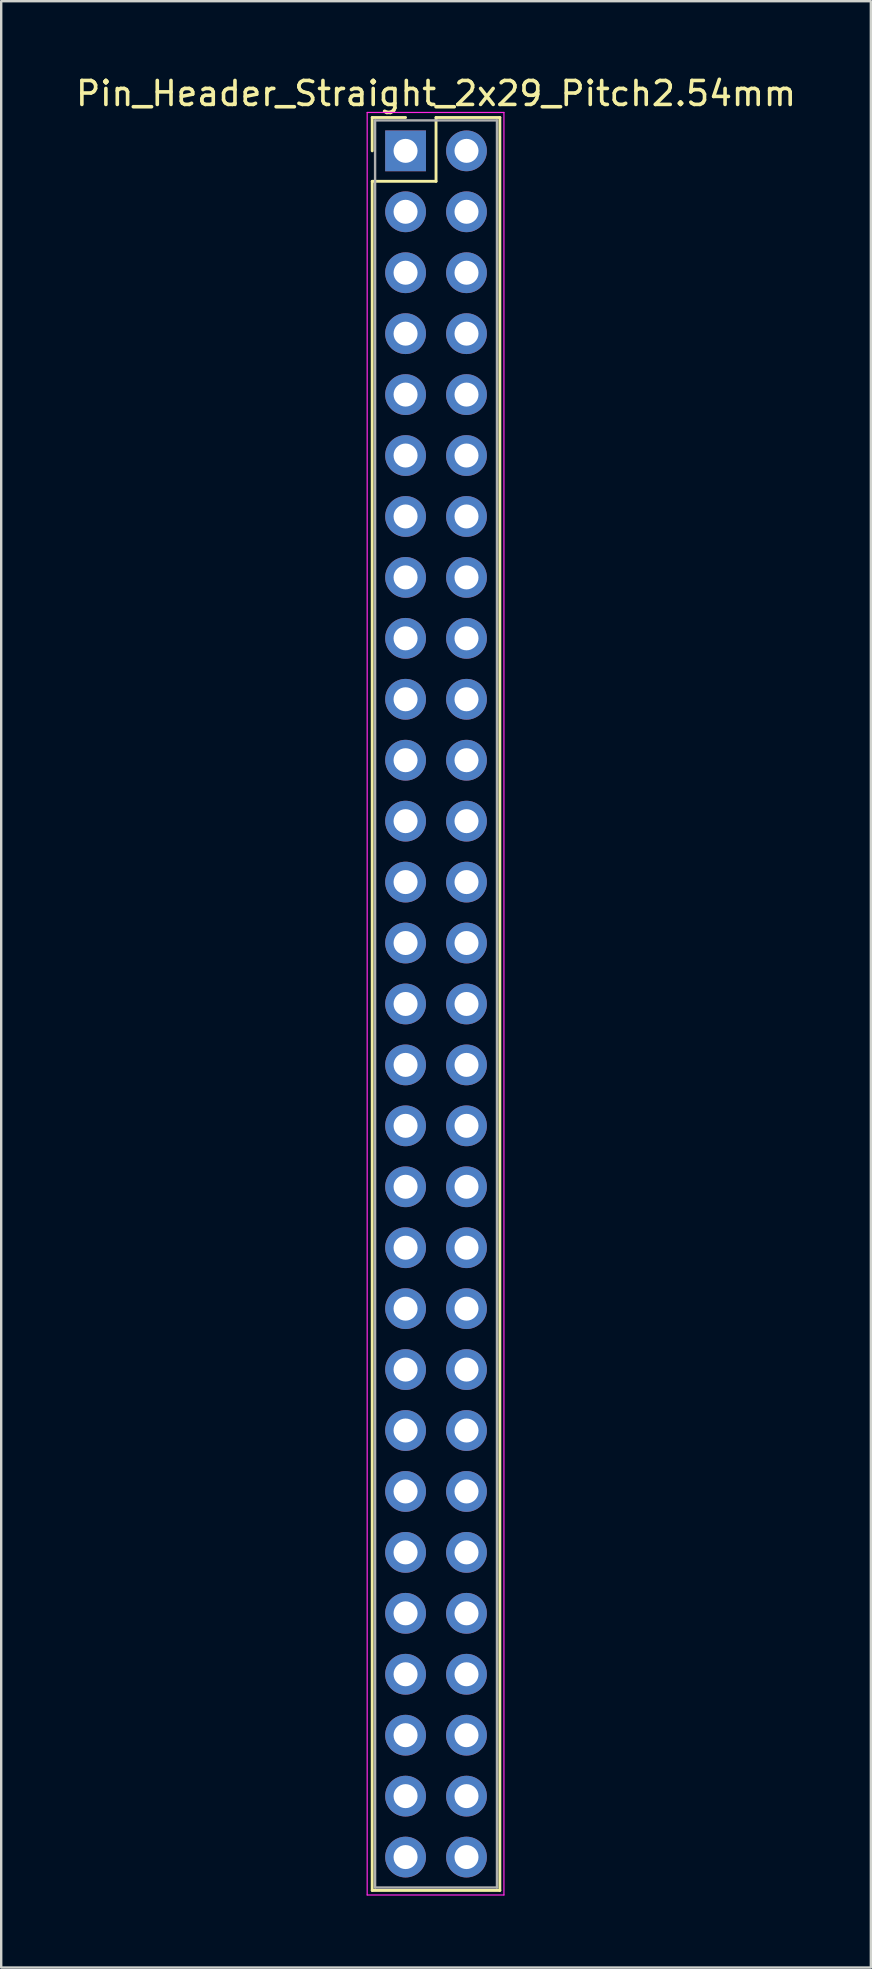
<source format=kicad_pcb>
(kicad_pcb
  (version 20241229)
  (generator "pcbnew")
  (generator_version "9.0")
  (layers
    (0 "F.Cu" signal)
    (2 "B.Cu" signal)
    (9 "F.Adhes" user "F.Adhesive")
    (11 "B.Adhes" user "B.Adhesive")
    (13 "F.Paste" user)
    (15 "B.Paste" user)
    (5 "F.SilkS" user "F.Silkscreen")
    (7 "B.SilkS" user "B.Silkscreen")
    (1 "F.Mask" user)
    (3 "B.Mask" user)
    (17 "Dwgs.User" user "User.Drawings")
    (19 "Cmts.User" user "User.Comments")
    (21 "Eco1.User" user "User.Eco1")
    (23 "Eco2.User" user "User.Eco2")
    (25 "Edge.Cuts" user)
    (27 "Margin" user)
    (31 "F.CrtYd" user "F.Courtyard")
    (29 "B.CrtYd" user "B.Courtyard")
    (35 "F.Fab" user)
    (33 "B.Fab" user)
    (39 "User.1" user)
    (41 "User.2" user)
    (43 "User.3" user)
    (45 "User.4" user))
  (footprint "Pin_Header_Straight_2x29_Pitch2.54mm"
    (layer "F.Cu")
    (at 13.855 3.238)
    (property "Reference" "Pin_Header_Straight_2x29_Pitch2.54mm" (at 1.27 -2.39 0) (layer "F.SilkS") (effects (font (size 1 1) (thickness 0.15))))
    (attr through_hole)
    (fp_line (start -1.39 -1.39) (end 0 -1.39) (stroke (width 0.12) (type solid)) (layer "F.SilkS"))
    (fp_line (start -1.39 0) (end -1.39 -1.39) (stroke (width 0.12) (type solid)) (layer "F.SilkS"))
    (fp_line (start -1.39 1.27) (end -1.39 72.51) (stroke (width 0.12) (type solid)) (layer "F.SilkS"))
    (fp_line (start -1.39 72.51) (end 3.93 72.51) (stroke (width 0.12) (type solid)) (layer "F.SilkS"))
    (fp_line (start 1.27 -1.39) (end 1.27 1.27) (stroke (width 0.12) (type solid)) (layer "F.SilkS"))
    (fp_line (start 1.27 1.27) (end -1.39 1.27) (stroke (width 0.12) (type solid)) (layer "F.SilkS"))
    (fp_line (start 3.93 -1.39) (end 1.27 -1.39) (stroke (width 0.12) (type solid)) (layer "F.SilkS"))
    (fp_line (start 3.93 72.51) (end 3.93 -1.39) (stroke (width 0.12) (type solid)) (layer "F.SilkS"))
    (fp_line (start -1.6 -1.6) (end -1.6 72.7) (stroke (width 0.05) (type solid)) (layer "F.CrtYd"))
    (fp_line (start -1.6 72.7) (end 4.1 72.7) (stroke (width 0.05) (type solid)) (layer "F.CrtYd"))
    (fp_line (start 4.1 -1.6) (end -1.6 -1.6) (stroke (width 0.05) (type solid)) (layer "F.CrtYd"))
    (fp_line (start 4.1 72.7) (end 4.1 -1.6) (stroke (width 0.05) (type solid)) (layer "F.CrtYd"))
    (fp_line (start -1.27 -1.27) (end -1.27 72.39) (stroke (width 0.1) (type solid)) (layer "F.Fab"))
    (fp_line (start -1.27 72.39) (end 3.81 72.39) (stroke (width 0.1) (type solid)) (layer "F.Fab"))
    (fp_line (start 3.81 -1.27) (end -1.27 -1.27) (stroke (width 0.1) (type solid)) (layer "F.Fab"))
    (fp_line (start 3.81 72.39) (end 3.81 -1.27) (stroke (width 0.1) (type solid)) (layer "F.Fab"))
    (pad "1" thru_hole rect (at 0 0) (size 1.7 1.7) (drill 1) (layers "*.Cu" "*.Mask"))
    (pad "2" thru_hole oval (at 2.54 0) (size 1.7 1.7) (drill 1) (layers "*.Cu" "*.Mask"))
    (pad "3" thru_hole oval (at 0 2.54) (size 1.7 1.7) (drill 1) (layers "*.Cu" "*.Mask"))
    (pad "4" thru_hole oval (at 2.54 2.54) (size 1.7 1.7) (drill 1) (layers "*.Cu" "*.Mask"))
    (pad "5" thru_hole oval (at 0 5.08) (size 1.7 1.7) (drill 1) (layers "*.Cu" "*.Mask"))
    (pad "6" thru_hole oval (at 2.54 5.08) (size 1.7 1.7) (drill 1) (layers "*.Cu" "*.Mask"))
    (pad "7" thru_hole oval (at 0 7.62) (size 1.7 1.7) (drill 1) (layers "*.Cu" "*.Mask"))
    (pad "8" thru_hole oval (at 2.54 7.62) (size 1.7 1.7) (drill 1) (layers "*.Cu" "*.Mask"))
    (pad "9" thru_hole oval (at 0 10.16) (size 1.7 1.7) (drill 1) (layers "*.Cu" "*.Mask"))
    (pad "10" thru_hole oval (at 2.54 10.16) (size 1.7 1.7) (drill 1) (layers "*.Cu" "*.Mask"))
    (pad "11" thru_hole oval (at 0 12.7) (size 1.7 1.7) (drill 1) (layers "*.Cu" "*.Mask"))
    (pad "12" thru_hole oval (at 2.54 12.7) (size 1.7 1.7) (drill 1) (layers "*.Cu" "*.Mask"))
    (pad "13" thru_hole oval (at 0 15.24) (size 1.7 1.7) (drill 1) (layers "*.Cu" "*.Mask"))
    (pad "14" thru_hole oval (at 2.54 15.24) (size 1.7 1.7) (drill 1) (layers "*.Cu" "*.Mask"))
    (pad "15" thru_hole oval (at 0 17.78) (size 1.7 1.7) (drill 1) (layers "*.Cu" "*.Mask"))
    (pad "16" thru_hole oval (at 2.54 17.78) (size 1.7 1.7) (drill 1) (layers "*.Cu" "*.Mask"))
    (pad "17" thru_hole oval (at 0 20.32) (size 1.7 1.7) (drill 1) (layers "*.Cu" "*.Mask"))
    (pad "18" thru_hole oval (at 2.54 20.32) (size 1.7 1.7) (drill 1) (layers "*.Cu" "*.Mask"))
    (pad "19" thru_hole oval (at 0 22.86) (size 1.7 1.7) (drill 1) (layers "*.Cu" "*.Mask"))
    (pad "20" thru_hole oval (at 2.54 22.86) (size 1.7 1.7) (drill 1) (layers "*.Cu" "*.Mask"))
    (pad "21" thru_hole oval (at 0 25.4) (size 1.7 1.7) (drill 1) (layers "*.Cu" "*.Mask"))
    (pad "22" thru_hole oval (at 2.54 25.4) (size 1.7 1.7) (drill 1) (layers "*.Cu" "*.Mask"))
    (pad "23" thru_hole oval (at 0 27.94) (size 1.7 1.7) (drill 1) (layers "*.Cu" "*.Mask"))
    (pad "24" thru_hole oval (at 2.54 27.94) (size 1.7 1.7) (drill 1) (layers "*.Cu" "*.Mask"))
    (pad "25" thru_hole oval (at 0 30.48) (size 1.7 1.7) (drill 1) (layers "*.Cu" "*.Mask"))
    (pad "26" thru_hole oval (at 2.54 30.48) (size 1.7 1.7) (drill 1) (layers "*.Cu" "*.Mask"))
    (pad "27" thru_hole oval (at 0 33.02) (size 1.7 1.7) (drill 1) (layers "*.Cu" "*.Mask"))
    (pad "28" thru_hole oval (at 2.54 33.02) (size 1.7 1.7) (drill 1) (layers "*.Cu" "*.Mask"))
    (pad "29" thru_hole oval (at 0 35.56) (size 1.7 1.7) (drill 1) (layers "*.Cu" "*.Mask"))
    (pad "30" thru_hole oval (at 2.54 35.56) (size 1.7 1.7) (drill 1) (layers "*.Cu" "*.Mask"))
    (pad "31" thru_hole oval (at 0 38.1) (size 1.7 1.7) (drill 1) (layers "*.Cu" "*.Mask"))
    (pad "32" thru_hole oval (at 2.54 38.1) (size 1.7 1.7) (drill 1) (layers "*.Cu" "*.Mask"))
    (pad "33" thru_hole oval (at 0 40.64) (size 1.7 1.7) (drill 1) (layers "*.Cu" "*.Mask"))
    (pad "34" thru_hole oval (at 2.54 40.64) (size 1.7 1.7) (drill 1) (layers "*.Cu" "*.Mask"))
    (pad "35" thru_hole oval (at 0 43.18) (size 1.7 1.7) (drill 1) (layers "*.Cu" "*.Mask"))
    (pad "36" thru_hole oval (at 2.54 43.18) (size 1.7 1.7) (drill 1) (layers "*.Cu" "*.Mask"))
    (pad "37" thru_hole oval (at 0 45.72) (size 1.7 1.7) (drill 1) (layers "*.Cu" "*.Mask"))
    (pad "38" thru_hole oval (at 2.54 45.72) (size 1.7 1.7) (drill 1) (layers "*.Cu" "*.Mask"))
    (pad "39" thru_hole oval (at 0 48.26) (size 1.7 1.7) (drill 1) (layers "*.Cu" "*.Mask"))
    (pad "40" thru_hole oval (at 2.54 48.26) (size 1.7 1.7) (drill 1) (layers "*.Cu" "*.Mask"))
    (pad "41" thru_hole oval (at 0 50.8) (size 1.7 1.7) (drill 1) (layers "*.Cu" "*.Mask"))
    (pad "42" thru_hole oval (at 2.54 50.8) (size 1.7 1.7) (drill 1) (layers "*.Cu" "*.Mask"))
    (pad "43" thru_hole oval (at 0 53.34) (size 1.7 1.7) (drill 1) (layers "*.Cu" "*.Mask"))
    (pad "44" thru_hole oval (at 2.54 53.34) (size 1.7 1.7) (drill 1) (layers "*.Cu" "*.Mask"))
    (pad "45" thru_hole oval (at 0 55.88) (size 1.7 1.7) (drill 1) (layers "*.Cu" "*.Mask"))
    (pad "46" thru_hole oval (at 2.54 55.88) (size 1.7 1.7) (drill 1) (layers "*.Cu" "*.Mask"))
    (pad "47" thru_hole oval (at 0 58.42) (size 1.7 1.7) (drill 1) (layers "*.Cu" "*.Mask"))
    (pad "48" thru_hole oval (at 2.54 58.42) (size 1.7 1.7) (drill 1) (layers "*.Cu" "*.Mask"))
    (pad "49" thru_hole oval (at 0 60.96) (size 1.7 1.7) (drill 1) (layers "*.Cu" "*.Mask"))
    (pad "50" thru_hole oval (at 2.54 60.96) (size 1.7 1.7) (drill 1) (layers "*.Cu" "*.Mask"))
    (pad "51" thru_hole oval (at 0 63.5) (size 1.7 1.7) (drill 1) (layers "*.Cu" "*.Mask"))
    (pad "52" thru_hole oval (at 2.54 63.5) (size 1.7 1.7) (drill 1) (layers "*.Cu" "*.Mask"))
    (pad "53" thru_hole oval (at 0 66.04) (size 1.7 1.7) (drill 1) (layers "*.Cu" "*.Mask"))
    (pad "54" thru_hole oval (at 2.54 66.04) (size 1.7 1.7) (drill 1) (layers "*.Cu" "*.Mask"))
    (pad "55" thru_hole oval (at 0 68.58) (size 1.7 1.7) (drill 1) (layers "*.Cu" "*.Mask"))
    (pad "56" thru_hole oval (at 2.54 68.58) (size 1.7 1.7) (drill 1) (layers "*.Cu" "*.Mask"))
    (pad "57" thru_hole oval (at 0 71.12) (size 1.7 1.7) (drill 1) (layers "*.Cu" "*.Mask"))
    (pad "58" thru_hole oval (at 2.54 71.12) (size 1.7 1.7) (drill 1) (layers "*.Cu" "*.Mask")))
  (gr_rect
    (start -3 -3)
    (end 33.25 78.963)
    (stroke (width 0.1) (type default))
    (fill no)
    (layer "Edge.Cuts")))
</source>
